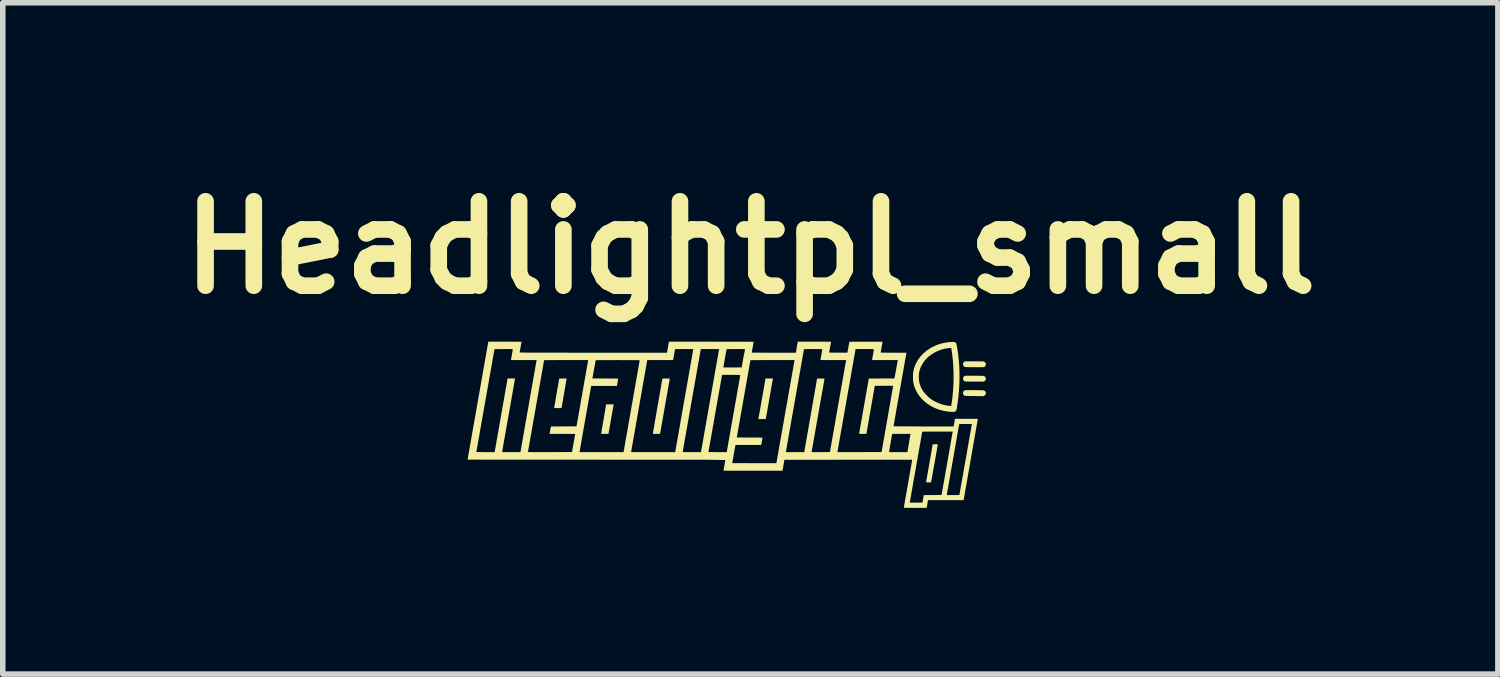
<source format=kicad_pcb>
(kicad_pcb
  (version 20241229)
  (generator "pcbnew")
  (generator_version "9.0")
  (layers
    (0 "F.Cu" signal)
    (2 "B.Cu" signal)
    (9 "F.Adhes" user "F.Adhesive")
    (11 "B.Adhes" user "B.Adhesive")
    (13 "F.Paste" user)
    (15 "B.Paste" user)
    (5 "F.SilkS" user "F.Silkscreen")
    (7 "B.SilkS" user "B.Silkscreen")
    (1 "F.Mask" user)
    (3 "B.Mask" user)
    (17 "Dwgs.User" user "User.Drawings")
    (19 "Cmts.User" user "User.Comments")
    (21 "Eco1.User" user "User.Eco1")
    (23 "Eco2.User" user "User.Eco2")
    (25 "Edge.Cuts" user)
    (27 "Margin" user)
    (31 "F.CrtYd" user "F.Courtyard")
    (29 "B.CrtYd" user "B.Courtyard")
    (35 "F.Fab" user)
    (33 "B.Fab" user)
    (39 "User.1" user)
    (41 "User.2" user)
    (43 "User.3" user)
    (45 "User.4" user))
  (footprint "Headlightpl_small"
    (layer "F.Cu")
    (at 10.494 4.318)
    (property "Reference" "Headlightpl_small" (at 0 -2.9 0) (layer "F.SilkS") (effects (font (size 1.524 1.524) (thickness 0.3))))
    (attr board_only exclude_from_pos_files exclude_from_bom)
    (fp_poly (pts (xy 3.384 0.658) (xy 3.326 0.987) (xy 3.266 1.324) (xy 3.263 1.34) (xy 3.217 1.34) (xy 3.208 1.34) (xy 3.2 1.34) (xy 3.192 1.339) (xy 3.185 1.339) (xy 3.179 1.339) (xy 3.175 1.339) (xy 3.174 1.339) (xy 3.173 1.338) (xy 3.172 1.338) (xy 3.172 1.338) (xy 3.172 1.338) (xy 3.292 0.655) (xy 3.292 0.655) (xy 3.292 0.654) (xy 3.293 0.654) (xy 3.294 0.654) (xy 3.295 0.653) (xy 3.296 0.653) (xy 3.298 0.653) (xy 3.303 0.652) (xy 3.309 0.652) (xy 3.318 0.652) (xy 3.327 0.651) (xy 3.339 0.651) (xy 3.385 0.651)) (stroke (width 0) (type solid)) (fill yes) (layer "F.SilkS"))
    (fp_poly (pts (xy 0.406 -0.523) (xy 0.342 -0.162) (xy 0.299 0.086) (xy 0.28 0.192) (xy 0.279 0.193) (xy 0.279 0.194) (xy 0.278 0.194) (xy 0.277 0.195) (xy 0.275 0.195) (xy 0.274 0.196) (xy 0.271 0.196) (xy 0.268 0.197) (xy 0.259 0.197) (xy 0.247 0.197) (xy 0.211 0.197) (xy 0.2 0.197) (xy 0.19 0.197) (xy 0.182 0.197) (xy 0.174 0.197) (xy 0.171 0.197) (xy 0.168 0.197) (xy 0.165 0.197) (xy 0.163 0.197) (xy 0.16 0.197) (xy 0.158 0.197) (xy 0.156 0.197) (xy 0.155 0.197) (xy 0.153 0.197) (xy 0.152 0.196) (xy 0.15 0.196) (xy 0.15 0.196) (xy 0.149 0.196) (xy 0.149 0.196) (xy 0.148 0.196) (xy 0.148 0.196) (xy 0.148 0.196) (xy 0.147 0.195) (xy 0.147 0.195) (xy 0.147 0.195) (xy 0.147 0.195) (xy 0.146 0.195) (xy 0.146 0.195) (xy 0.146 0.195) (xy 0.146 0.194) (xy 0.146 0.194) (xy 0.146 0.194) (xy 0.146 0.194) (xy 0.145 0.194) (xy 0.145 0.194) (xy 0.145 0.193) (xy 0.145 0.193) (xy 0.145 0.193) (xy 0.145 0.193) (xy 0.145 0.193) (xy 0.146 0.192) (xy 0.211 -0.174) (xy 0.274 -0.536) (xy 0.408 -0.536)) (stroke (width 0) (type solid)) (fill yes) (layer "F.SilkS"))
    (fp_poly (pts (xy -3.371 -0.536) (xy -3.361 -0.536) (xy -3.353 -0.535) (xy -3.346 -0.535) (xy -3.342 -0.535) (xy -3.339 -0.535) (xy -3.336 -0.535) (xy -3.334 -0.535) (xy -3.332 -0.535) (xy -3.329 -0.535) (xy -3.327 -0.535) (xy -3.326 -0.535) (xy -3.324 -0.535) (xy -3.323 -0.534) (xy -3.322 -0.534) (xy -3.321 -0.534) (xy -3.321 -0.534) (xy -3.32 -0.534) (xy -3.32 -0.534) (xy -3.319 -0.534) (xy -3.319 -0.534) (xy -3.318 -0.534) (xy -3.318 -0.534) (xy -3.318 -0.533) (xy -3.318 -0.533) (xy -3.317 -0.533) (xy -3.317 -0.533) (xy -3.317 -0.533) (xy -3.317 -0.533) (xy -3.317 -0.533) (xy -3.317 -0.532) (xy -3.317 -0.532) (xy -3.317 -0.532) (xy -3.317 -0.532) (xy -3.317 -0.532) (xy -3.316 -0.532) (xy -3.317 -0.531) (xy -3.317 -0.531) (xy -3.317 -0.531) (xy -3.317 -0.531) (xy -3.362 -0.266) (xy -3.394 -0.083) (xy -3.404 -0.026) (xy -3.408 -0.004) (xy -3.41 -0.004) (xy -3.415 -0.003) (xy -3.43 -0.002) (xy -3.451 -0.002) (xy -3.475 -0.001) (xy -3.499 -0.001) (xy -3.52 -0.002) (xy -3.535 -0.003) (xy -3.54 -0.003) (xy -3.541 -0.004) (xy -3.497 -0.263) (xy -3.449 -0.535) (xy -3.443 -0.535) (xy -3.429 -0.535) (xy -3.382 -0.536)) (stroke (width 0) (type solid)) (fill yes) (layer "F.SilkS"))
    (fp_poly (pts (xy -2.468 -0.063) (xy -2.514 0.197) (xy -2.545 0.379) (xy -2.56 0.458) (xy -2.56 0.46) (xy -2.561 0.461) (xy -2.562 0.462) (xy -2.563 0.462) (xy -2.564 0.463) (xy -2.566 0.463) (xy -2.569 0.464) (xy -2.577 0.464) (xy -2.589 0.464) (xy -2.626 0.464) (xy -2.637 0.464) (xy -2.647 0.464) (xy -2.655 0.464) (xy -2.663 0.464) (xy -2.666 0.464) (xy -2.669 0.464) (xy -2.672 0.464) (xy -2.674 0.464) (xy -2.677 0.464) (xy -2.679 0.464) (xy -2.68 0.464) (xy -2.682 0.464) (xy -2.684 0.464) (xy -2.685 0.463) (xy -2.686 0.463) (xy -2.687 0.463) (xy -2.687 0.463) (xy -2.688 0.463) (xy -2.688 0.463) (xy -2.689 0.463) (xy -2.689 0.463) (xy -2.689 0.462) (xy -2.69 0.462) (xy -2.69 0.462) (xy -2.69 0.462) (xy -2.69 0.462) (xy -2.691 0.462) (xy -2.691 0.462) (xy -2.691 0.461) (xy -2.691 0.461) (xy -2.691 0.461) (xy -2.691 0.461) (xy -2.691 0.461) (xy -2.691 0.46) (xy -2.692 0.46) (xy -2.692 0.46) (xy -2.692 0.46) (xy -2.692 0.459) (xy -2.692 0.459) (xy -2.679 0.379) (xy -2.647 0.194) (xy -2.616 0.01) (xy -2.603 -0.067) (xy -2.602 -0.067) (xy -2.601 -0.068) (xy -2.597 -0.068) (xy -2.591 -0.069) (xy -2.583 -0.069) (xy -2.561 -0.069) (xy -2.535 -0.07) (xy -2.466 -0.07)) (stroke (width 0) (type solid)) (fill yes) (layer "F.SilkS"))
    (fp_poly (pts (xy -1.511 -0.536) (xy -1.503 -0.535) (xy -1.495 -0.535) (xy -1.488 -0.535) (xy -1.482 -0.535) (xy -1.476 -0.535) (xy -1.471 -0.535) (xy -1.467 -0.535) (xy -1.464 -0.534) (xy -1.463 -0.534) (xy -1.461 -0.534) (xy -1.46 -0.534) (xy -1.459 -0.534) (xy -1.458 -0.534) (xy -1.457 -0.533) (xy -1.456 -0.533) (xy -1.456 -0.533) (xy -1.455 -0.533) (xy -1.455 -0.532) (xy -1.455 -0.532) (xy -1.455 -0.532) (xy -1.454 -0.532) (xy -1.454 -0.531) (xy -1.542 -0.032) (xy -1.629 0.464) (xy -1.631 0.464) (xy -1.635 0.464) (xy -1.649 0.464) (xy -1.695 0.464) (xy -1.705 0.464) (xy -1.714 0.464) (xy -1.722 0.464) (xy -1.729 0.464) (xy -1.735 0.464) (xy -1.74 0.464) (xy -1.743 0.464) (xy -1.745 0.464) (xy -1.747 0.464) (xy -1.749 0.464) (xy -1.75 0.464) (xy -1.752 0.463) (xy -1.753 0.463) (xy -1.754 0.463) (xy -1.755 0.463) (xy -1.756 0.463) (xy -1.757 0.462) (xy -1.758 0.462) (xy -1.758 0.462) (xy -1.759 0.462) (xy -1.759 0.462) (xy -1.759 0.461) (xy -1.759 0.461) (xy -1.76 0.461) (xy -1.76 0.461) (xy -1.76 0.461) (xy -1.76 0.461) (xy -1.76 0.46) (xy -1.76 0.46) (xy -1.76 0.46) (xy -1.674 -0.037) (xy -1.613 -0.386) (xy -1.588 -0.533) (xy -1.588 -0.533) (xy -1.588 -0.533) (xy -1.587 -0.533) (xy -1.583 -0.534) (xy -1.577 -0.534) (xy -1.569 -0.535) (xy -1.548 -0.535) (xy -1.521 -0.536)) (stroke (width 0) (type solid)) (fill yes) (layer "F.SilkS"))
    (fp_poly (pts (xy 4.046 -0.846) (xy 4.092 -0.846) (xy 4.129 -0.845) (xy 4.159 -0.845) (xy 4.181 -0.844) (xy 4.189 -0.844) (xy 4.197 -0.844) (xy 4.203 -0.843) (xy 4.208 -0.843) (xy 4.212 -0.842) (xy 4.215 -0.842) (xy 4.217 -0.841) (xy 4.219 -0.84) (xy 4.222 -0.839) (xy 4.225 -0.838) (xy 4.228 -0.836) (xy 4.23 -0.834) (xy 4.232 -0.832) (xy 4.235 -0.83) (xy 4.237 -0.828) (xy 4.239 -0.826) (xy 4.241 -0.823) (xy 4.242 -0.821) (xy 4.244 -0.818) (xy 4.245 -0.815) (xy 4.247 -0.813) (xy 4.248 -0.81) (xy 4.249 -0.807) (xy 4.25 -0.804) (xy 4.25 -0.801) (xy 4.251 -0.798) (xy 4.251 -0.795) (xy 4.251 -0.793) (xy 4.251 -0.79) (xy 4.251 -0.787) (xy 4.251 -0.784) (xy 4.25 -0.781) (xy 4.249 -0.778) (xy 4.248 -0.775) (xy 4.247 -0.772) (xy 4.246 -0.769) (xy 4.245 -0.767) (xy 4.243 -0.764) (xy 4.241 -0.762) (xy 4.239 -0.759) (xy 4.233 -0.752) (xy 4.23 -0.749) (xy 4.227 -0.747) (xy 4.223 -0.745) (xy 4.219 -0.743) (xy 4.213 -0.742) (xy 4.205 -0.741) (xy 4.183 -0.74) (xy 4.152 -0.74) (xy 4.047 -0.74) (xy 4.001 -0.74) (xy 3.964 -0.74) (xy 3.934 -0.741) (xy 3.912 -0.741) (xy 3.903 -0.742) (xy 3.895 -0.742) (xy 3.889 -0.742) (xy 3.884 -0.743) (xy 3.88 -0.743) (xy 3.876 -0.744) (xy 3.874 -0.744) (xy 3.872 -0.745) (xy 3.868 -0.747) (xy 3.864 -0.749) (xy 3.861 -0.751) (xy 3.857 -0.754) (xy 3.855 -0.757) (xy 3.852 -0.76) (xy 3.849 -0.763) (xy 3.847 -0.766) (xy 3.845 -0.769) (xy 3.844 -0.773) (xy 3.842 -0.776) (xy 3.841 -0.78) (xy 3.84 -0.784) (xy 3.84 -0.787) (xy 3.839 -0.791) (xy 3.839 -0.795) (xy 3.839 -0.799) (xy 3.84 -0.803) (xy 3.841 -0.806) (xy 3.842 -0.81) (xy 3.843 -0.814) (xy 3.844 -0.817) (xy 3.846 -0.821) (xy 3.848 -0.824) (xy 3.85 -0.827) (xy 3.853 -0.83) (xy 3.856 -0.833) (xy 3.859 -0.835) (xy 3.862 -0.838) (xy 3.866 -0.84) (xy 3.869 -0.842) (xy 3.873 -0.844) (xy 3.878 -0.845) (xy 3.887 -0.845) (xy 3.919 -0.846) (xy 3.971 -0.846)) (stroke (width 0) (type solid)) (fill yes) (layer "F.SilkS"))
    (fp_poly (pts (xy 4.049 -0.326) (xy 4.1 -0.325) (xy 4.14 -0.325) (xy 4.156 -0.325) (xy 4.169 -0.324) (xy 4.18 -0.324) (xy 4.189 -0.324) (xy 4.193 -0.323) (xy 4.197 -0.323) (xy 4.2 -0.323) (xy 4.203 -0.323) (xy 4.205 -0.323) (xy 4.208 -0.322) (xy 4.21 -0.322) (xy 4.212 -0.322) (xy 4.213 -0.321) (xy 4.215 -0.321) (xy 4.216 -0.321) (xy 4.217 -0.32) (xy 4.219 -0.32) (xy 4.22 -0.319) (xy 4.222 -0.318) (xy 4.226 -0.316) (xy 4.229 -0.314) (xy 4.232 -0.312) (xy 4.235 -0.309) (xy 4.238 -0.307) (xy 4.24 -0.304) (xy 4.242 -0.301) (xy 4.244 -0.298) (xy 4.246 -0.295) (xy 4.247 -0.292) (xy 4.249 -0.289) (xy 4.25 -0.285) (xy 4.25 -0.282) (xy 4.251 -0.279) (xy 4.251 -0.275) (xy 4.252 -0.272) (xy 4.251 -0.268) (xy 4.251 -0.265) (xy 4.25 -0.261) (xy 4.25 -0.258) (xy 4.249 -0.255) (xy 4.247 -0.251) (xy 4.246 -0.248) (xy 4.244 -0.245) (xy 4.242 -0.242) (xy 4.24 -0.239) (xy 4.238 -0.236) (xy 4.235 -0.234) (xy 4.232 -0.231) (xy 4.229 -0.229) (xy 4.226 -0.227) (xy 4.222 -0.225) (xy 4.209 -0.217) (xy 4.044 -0.219) (xy 3.991 -0.22) (xy 3.97 -0.22) (xy 3.951 -0.22) (xy 3.935 -0.22) (xy 3.921 -0.221) (xy 3.91 -0.221) (xy 3.901 -0.221) (xy 3.897 -0.222) (xy 3.893 -0.222) (xy 3.89 -0.222) (xy 3.887 -0.222) (xy 3.884 -0.223) (xy 3.882 -0.223) (xy 3.88 -0.223) (xy 3.878 -0.224) (xy 3.876 -0.224) (xy 3.875 -0.224) (xy 3.873 -0.225) (xy 3.872 -0.225) (xy 3.871 -0.226) (xy 3.87 -0.226) (xy 3.867 -0.227) (xy 3.864 -0.229) (xy 3.861 -0.231) (xy 3.859 -0.232) (xy 3.856 -0.235) (xy 3.854 -0.237) (xy 3.852 -0.239) (xy 3.85 -0.242) (xy 3.848 -0.244) (xy 3.846 -0.247) (xy 3.845 -0.25) (xy 3.843 -0.253) (xy 3.842 -0.256) (xy 3.841 -0.259) (xy 3.841 -0.262) (xy 3.84 -0.265) (xy 3.839 -0.268) (xy 3.839 -0.272) (xy 3.839 -0.275) (xy 3.839 -0.278) (xy 3.84 -0.281) (xy 3.84 -0.285) (xy 3.841 -0.288) (xy 3.842 -0.291) (xy 3.843 -0.294) (xy 3.844 -0.297) (xy 3.846 -0.3) (xy 3.847 -0.302) (xy 3.849 -0.305) (xy 3.851 -0.308) (xy 3.853 -0.31) (xy 3.856 -0.312) (xy 3.858 -0.314) (xy 3.859 -0.315) (xy 3.86 -0.316) (xy 3.862 -0.317) (xy 3.863 -0.317) (xy 3.864 -0.318) (xy 3.865 -0.319) (xy 3.868 -0.32) (xy 3.871 -0.321) (xy 3.873 -0.323) (xy 3.874 -0.323) (xy 3.876 -0.324) (xy 3.877 -0.324) (xy 3.878 -0.324) (xy 3.883 -0.325) (xy 3.894 -0.325) (xy 3.93 -0.326) (xy 3.983 -0.326)) (stroke (width 0) (type solid)) (fill yes) (layer "F.SilkS"))
    (fp_poly (pts (xy 4.094 -0.586) (xy 4.117 -0.586) (xy 4.137 -0.586) (xy 4.154 -0.585) (xy 4.169 -0.585) (xy 4.181 -0.585) (xy 4.187 -0.584) (xy 4.192 -0.584) (xy 4.196 -0.584) (xy 4.2 -0.583) (xy 4.204 -0.583) (xy 4.207 -0.583) (xy 4.211 -0.582) (xy 4.213 -0.582) (xy 4.216 -0.581) (xy 4.218 -0.58) (xy 4.22 -0.58) (xy 4.222 -0.579) (xy 4.224 -0.578) (xy 4.225 -0.577) (xy 4.227 -0.576) (xy 4.229 -0.575) (xy 4.232 -0.573) (xy 4.233 -0.572) (xy 4.235 -0.57) (xy 4.237 -0.568) (xy 4.239 -0.565) (xy 4.241 -0.563) (xy 4.243 -0.56) (xy 4.244 -0.558) (xy 4.246 -0.555) (xy 4.247 -0.552) (xy 4.248 -0.549) (xy 4.249 -0.546) (xy 4.25 -0.543) (xy 4.251 -0.54) (xy 4.251 -0.538) (xy 4.252 -0.535) (xy 4.252 -0.532) (xy 4.252 -0.53) (xy 4.251 -0.528) (xy 4.251 -0.526) (xy 4.251 -0.524) (xy 4.25 -0.522) (xy 4.25 -0.519) (xy 4.249 -0.517) (xy 4.248 -0.515) (xy 4.247 -0.513) (xy 4.247 -0.511) (xy 4.245 -0.509) (xy 4.244 -0.507) (xy 4.243 -0.505) (xy 4.242 -0.503) (xy 4.241 -0.501) (xy 4.239 -0.499) (xy 4.238 -0.498) (xy 4.237 -0.496) (xy 4.235 -0.494) (xy 4.233 -0.493) (xy 4.232 -0.491) (xy 4.23 -0.49) (xy 4.229 -0.488) (xy 4.227 -0.487) (xy 4.225 -0.486) (xy 4.223 -0.485) (xy 4.222 -0.484) (xy 4.22 -0.483) (xy 4.218 -0.482) (xy 4.216 -0.482) (xy 4.214 -0.481) (xy 4.212 -0.481) (xy 4.196 -0.48) (xy 4.158 -0.48) (xy 4.105 -0.479) (xy 4.041 -0.48) (xy 3.991 -0.48) (xy 3.952 -0.48) (xy 3.936 -0.481) (xy 3.923 -0.481) (xy 3.911 -0.481) (xy 3.902 -0.481) (xy 3.894 -0.482) (xy 3.888 -0.482) (xy 3.885 -0.482) (xy 3.882 -0.483) (xy 3.88 -0.483) (xy 3.878 -0.483) (xy 3.877 -0.483) (xy 3.875 -0.484) (xy 3.874 -0.484) (xy 3.872 -0.484) (xy 3.871 -0.485) (xy 3.87 -0.485) (xy 3.868 -0.486) (xy 3.865 -0.488) (xy 3.862 -0.49) (xy 3.859 -0.492) (xy 3.856 -0.494) (xy 3.854 -0.496) (xy 3.852 -0.498) (xy 3.85 -0.501) (xy 3.848 -0.503) (xy 3.846 -0.506) (xy 3.845 -0.509) (xy 3.844 -0.512) (xy 3.842 -0.515) (xy 3.842 -0.519) (xy 3.841 -0.522) (xy 3.84 -0.526) (xy 3.84 -0.53) (xy 3.84 -0.532) (xy 3.84 -0.534) (xy 3.84 -0.536) (xy 3.84 -0.537) (xy 3.84 -0.539) (xy 3.84 -0.541) (xy 3.84 -0.543) (xy 3.841 -0.545) (xy 3.841 -0.547) (xy 3.841 -0.548) (xy 3.842 -0.55) (xy 3.842 -0.552) (xy 3.843 -0.554) (xy 3.844 -0.555) (xy 3.844 -0.557) (xy 3.845 -0.558) (xy 3.846 -0.56) (xy 3.847 -0.561) (xy 3.848 -0.563) (xy 3.848 -0.564) (xy 3.85 -0.566) (xy 3.851 -0.567) (xy 3.852 -0.568) (xy 3.853 -0.57) (xy 3.854 -0.571) (xy 3.856 -0.572) (xy 3.857 -0.573) (xy 3.858 -0.575) (xy 3.86 -0.576) (xy 3.861 -0.577) (xy 3.863 -0.578) (xy 3.865 -0.579) (xy 3.876 -0.586) (xy 4.038 -0.586)) (stroke (width 0) (type solid)) (fill yes) (layer "F.SilkS"))
    (fp_poly (pts (xy 3.662 -1.196) (xy 3.666 -1.196) (xy 3.669 -1.196) (xy 3.673 -1.196) (xy 3.676 -1.195) (xy 3.678 -1.195) (xy 3.681 -1.195) (xy 3.683 -1.194) (xy 3.685 -1.194) (xy 3.687 -1.193) (xy 3.689 -1.193) (xy 3.691 -1.192) (xy 3.692 -1.191) (xy 3.694 -1.191) (xy 3.696 -1.189) (xy 3.698 -1.188) (xy 3.7 -1.187) (xy 3.701 -1.186) (xy 3.703 -1.185) (xy 3.704 -1.184) (xy 3.705 -1.183) (xy 3.707 -1.182) (xy 3.708 -1.18) (xy 3.709 -1.179) (xy 3.71 -1.178) (xy 3.711 -1.177) (xy 3.713 -1.175) (xy 3.714 -1.174) (xy 3.714 -1.172) (xy 3.715 -1.171) (xy 3.716 -1.17) (xy 3.717 -1.168) (xy 3.718 -1.167) (xy 3.719 -1.163) (xy 3.721 -1.157) (xy 3.722 -1.149) (xy 3.725 -1.14) (xy 3.729 -1.117) (xy 3.734 -1.092) (xy 3.75 -0.983) (xy 3.762 -0.874) (xy 3.771 -0.764) (xy 3.775 -0.653) (xy 3.776 -0.541) (xy 3.773 -0.429) (xy 3.766 -0.316) (xy 3.756 -0.203) (xy 3.752 -0.169) (xy 3.747 -0.133) (xy 3.742 -0.096) (xy 3.737 -0.061) (xy 3.732 -0.028) (xy 3.727 -0.001) (xy 3.723 0.021) (xy 3.72 0.033) (xy 3.72 0.034) (xy 3.72 0.035) (xy 3.719 0.037) (xy 3.717 0.039) (xy 3.716 0.042) (xy 3.714 0.044) (xy 3.712 0.046) (xy 3.71 0.049) (xy 3.708 0.051) (xy 3.706 0.053) (xy 3.704 0.055) (xy 3.702 0.057) (xy 3.699 0.059) (xy 3.697 0.06) (xy 3.695 0.062) (xy 3.692 0.063) (xy 3.69 0.064) (xy 3.687 0.064) (xy 3.683 0.065) (xy 3.679 0.066) (xy 3.673 0.066) (xy 3.66 0.067) (xy 3.644 0.067) (xy 3.627 0.066) (xy 3.61 0.065) (xy 3.592 0.064) (xy 3.575 0.062) (xy 3.545 0.058) (xy 3.515 0.053) (xy 3.486 0.047) (xy 3.457 0.04) (xy 3.429 0.033) (xy 3.401 0.024) (xy 3.374 0.014) (xy 3.347 0.004) (xy 3.321 -0.008) (xy 3.296 -0.02) (xy 3.271 -0.033) (xy 3.247 -0.047) (xy 3.224 -0.062) (xy 3.201 -0.077) (xy 3.179 -0.093) (xy 3.158 -0.11) (xy 3.138 -0.127) (xy 3.118 -0.146) (xy 3.1 -0.164) (xy 3.082 -0.184) (xy 3.065 -0.204) (xy 3.049 -0.225) (xy 3.034 -0.246) (xy 3.019 -0.268) (xy 3.006 -0.29) (xy 2.994 -0.313) (xy 2.983 -0.337) (xy 2.973 -0.361) (xy 2.963 -0.385) (xy 2.955 -0.41) (xy 2.948 -0.436) (xy 2.943 -0.462) (xy 2.941 -0.472) (xy 2.939 -0.482) (xy 2.938 -0.491) (xy 2.937 -0.502) (xy 2.936 -0.513) (xy 2.936 -0.527) (xy 2.936 -0.544) (xy 2.936 -0.563) (xy 3.041 -0.563) (xy 3.041 -0.541) (xy 3.042 -0.522) (xy 3.043 -0.513) (xy 3.044 -0.505) (xy 3.046 -0.491) (xy 3.049 -0.477) (xy 3.052 -0.463) (xy 3.055 -0.449) (xy 3.059 -0.435) (xy 3.064 -0.421) (xy 3.069 -0.407) (xy 3.074 -0.393) (xy 3.08 -0.38) (xy 3.086 -0.366) (xy 3.093 -0.353) (xy 3.1 -0.34) (xy 3.108 -0.327) (xy 3.116 -0.314) (xy 3.124 -0.301) (xy 3.133 -0.289) (xy 3.138 -0.282) (xy 3.144 -0.275) (xy 3.151 -0.267) (xy 3.158 -0.259) (xy 3.174 -0.242) (xy 3.192 -0.224) (xy 3.21 -0.207) (xy 3.227 -0.192) (xy 3.236 -0.184) (xy 3.244 -0.178) (xy 3.251 -0.172) (xy 3.258 -0.167) (xy 3.276 -0.154) (xy 3.295 -0.142) (xy 3.314 -0.131) (xy 3.334 -0.12) (xy 3.354 -0.11) (xy 3.374 -0.101) (xy 3.394 -0.092) (xy 3.415 -0.084) (xy 3.436 -0.077) (xy 3.458 -0.07) (xy 3.479 -0.063) (xy 3.501 -0.058) (xy 3.524 -0.053) (xy 3.546 -0.049) (xy 3.568 -0.045) (xy 3.591 -0.043) (xy 3.596 -0.042) (xy 3.6 -0.042) (xy 3.603 -0.042) (xy 3.607 -0.041) (xy 3.61 -0.041) (xy 3.612 -0.041) (xy 3.615 -0.041) (xy 3.617 -0.041) (xy 3.619 -0.041) (xy 3.62 -0.041) (xy 3.621 -0.041) (xy 3.622 -0.041) (xy 3.622 -0.041) (xy 3.623 -0.041) (xy 3.623 -0.042) (xy 3.624 -0.042) (xy 3.624 -0.042) (xy 3.625 -0.042) (xy 3.625 -0.042) (xy 3.625 -0.042) (xy 3.625 -0.043) (xy 3.626 -0.043) (xy 3.627 -0.049) (xy 3.63 -0.064) (xy 3.637 -0.111) (xy 3.645 -0.169) (xy 3.651 -0.221) (xy 3.66 -0.327) (xy 3.667 -0.434) (xy 3.669 -0.542) (xy 3.668 -0.65) (xy 3.664 -0.757) (xy 3.656 -0.863) (xy 3.645 -0.965) (xy 3.63 -1.065) (xy 3.627 -1.086) (xy 3.611 -1.087) (xy 3.602 -1.086) (xy 3.59 -1.085) (xy 3.576 -1.084) (xy 3.561 -1.082) (xy 3.544 -1.079) (xy 3.528 -1.076) (xy 3.512 -1.073) (xy 3.497 -1.07) (xy 3.473 -1.064) (xy 3.449 -1.057) (xy 3.426 -1.048) (xy 3.402 -1.04) (xy 3.379 -1.03) (xy 3.356 -1.019) (xy 3.334 -1.008) (xy 3.312 -0.996) (xy 3.291 -0.983) (xy 3.27 -0.969) (xy 3.25 -0.955) (xy 3.231 -0.941) (xy 3.213 -0.926) (xy 3.196 -0.911) (xy 3.18 -0.895) (xy 3.165 -0.879) (xy 3.155 -0.866) (xy 3.145 -0.854) (xy 3.135 -0.841) (xy 3.126 -0.828) (xy 3.117 -0.815) (xy 3.109 -0.802) (xy 3.101 -0.789) (xy 3.093 -0.775) (xy 3.086 -0.762) (xy 3.08 -0.748) (xy 3.074 -0.734) (xy 3.068 -0.72) (xy 3.063 -0.706) (xy 3.059 -0.692) (xy 3.055 -0.677) (xy 3.051 -0.663) (xy 3.049 -0.655) (xy 3.048 -0.647) (xy 3.045 -0.628) (xy 3.043 -0.607) (xy 3.042 -0.585) (xy 3.041 -0.563) (xy 2.936 -0.563) (xy 2.936 -0.565) (xy 2.936 -0.587) (xy 2.936 -0.604) (xy 2.937 -0.618) (xy 2.937 -0.624) (xy 2.937 -0.63) (xy 2.938 -0.635) (xy 2.938 -0.64) (xy 2.939 -0.645) (xy 2.94 -0.65) (xy 2.941 -0.66) (xy 2.944 -0.672) (xy 2.949 -0.694) (xy 2.955 -0.716) (xy 2.962 -0.738) (xy 2.969 -0.759) (xy 2.977 -0.779) (xy 2.986 -0.8) (xy 2.996 -0.819) (xy 3.007 -0.839) (xy 3.018 -0.858) (xy 3.03 -0.877) (xy 3.043 -0.895) (xy 3.057 -0.914) (xy 3.071 -0.932) (xy 3.087 -0.949) (xy 3.103 -0.967) (xy 3.12 -0.984) (xy 3.144 -1.006) (xy 3.169 -1.027) (xy 3.195 -1.047) (xy 3.222 -1.065) (xy 3.249 -1.083) (xy 3.278 -1.099) (xy 3.308 -1.114) (xy 3.338 -1.128) (xy 3.369 -1.141) (xy 3.401 -1.152) (xy 3.433 -1.163) (xy 3.466 -1.172) (xy 3.5 -1.179) (xy 3.534 -1.185) (xy 3.569 -1.19) (xy 3.604 -1.194) (xy 3.604 -1.194) (xy 3.604 -1.194) (xy 3.611 -1.194) (xy 3.618 -1.195) (xy 3.634 -1.196) (xy 3.649 -1.196) (xy 3.656 -1.196)) (stroke (width 0) (type solid)) (fill yes) (layer "F.SilkS"))
    (fp_poly (pts (xy -4.3 -1.2) (xy -4.206 -1.199) (xy -4.173 -1.199) (xy -4.15 -1.199) (xy -4.136 -1.198) (xy -4.132 -1.198) (xy -4.131 -1.197) (xy -4.132 -1.189) (xy -4.136 -1.168) (xy -4.147 -1.102) (xy -4.154 -1.066) (xy -4.159 -1.036) (xy -4.162 -1.015) (xy -4.163 -1.009) (xy -4.164 -1.006) (xy -4.122 -1.004) (xy -3.941 -1.002) (xy -2.834 -1.001) (xy -1.505 -1.001) (xy -1.503 -1.008) (xy -1.487 -1.101) (xy -1.471 -1.194) (xy -1.469 -1.2) (xy -0.705 -1.2) (xy -0.148 -1.199) (xy 0.005 -1.199) (xy 0.059 -1.198) (xy 0.054 -1.168) (xy 0.043 -1.102) (xy 0.031 -1.035) (xy 0.028 -1.014) (xy 0.027 -1.008) (xy 0.026 -1.005) (xy 0.03 -1.004) (xy 0.042 -1.003) (xy 0.102 -1.002) (xy 0.424 -1.001) (xy 0.822 -1.001) (xy 0.823 -1.008) (xy 0.825 -1.018) (xy 0.829 -1.038) (xy 0.839 -1.101) (xy 0.85 -1.164) (xy 0.854 -1.184) (xy 0.856 -1.194) (xy 0.857 -1.2) (xy 1.157 -1.2) (xy 1.273 -1.2) (xy 1.369 -1.2) (xy 1.433 -1.199) (xy 1.45 -1.198) (xy 1.457 -1.198) (xy 1.452 -1.168) (xy 1.439 -1.099) (xy 1.422 -1.003) (xy 1.587 -1.002) (xy 1.703 -1.002) (xy 1.739 -1.002) (xy 1.749 -1.002) (xy 1.752 -1.002) (xy 1.754 -1.01) (xy 1.758 -1.031) (xy 1.77 -1.1) (xy 1.777 -1.137) (xy 1.782 -1.168) (xy 1.787 -1.189) (xy 1.788 -1.196) (xy 1.788 -1.197) (xy 1.789 -1.198) (xy 1.813 -1.199) (xy 1.878 -1.199) (xy 2.089 -1.2) (xy 2.387 -1.199) (xy 2.37 -1.102) (xy 2.353 -1.004) (xy 2.357 -1.003) (xy 2.371 -1.003) (xy 2.421 -1.002) (xy 2.586 -1.001) (xy 2.819 -1.001) (xy 2.817 -0.995) (xy 2.585 0.327) (xy 3.128 0.33) (xy 3.67 0.33) (xy 3.671 0.324) (xy 3.674 0.309) (xy 3.682 0.261) (xy 3.687 0.235) (xy 3.69 0.214) (xy 3.693 0.199) (xy 3.694 0.193) (xy 3.71 0.192) (xy 3.754 0.192) (xy 3.9 0.192) (xy 3.965 0.192) (xy 3.991 0.192) (xy 4.014 0.192) (xy 4.034 0.192) (xy 4.051 0.192) (xy 4.065 0.192) (xy 4.071 0.192) (xy 4.076 0.192) (xy 4.081 0.192) (xy 4.085 0.193) (xy 4.089 0.193) (xy 4.092 0.193) (xy 4.095 0.193) (xy 4.098 0.193) (xy 4.1 0.194) (xy 4.101 0.194) (xy 4.103 0.194) (xy 4.104 0.194) (xy 4.104 0.194) (xy 4.105 0.195) (xy 4.105 0.195) (xy 4.105 0.195) (xy 4.106 0.195) (xy 4.106 0.195) (xy 4.106 0.196) (xy 4.106 0.196) (xy 4.106 0.196) (xy 4.106 0.196) (xy 4.106 0.197) (xy 3.978 0.931) (xy 3.85 1.66) (xy 3.208 1.66) (xy 3.206 1.669) (xy 3.194 1.737) (xy 3.187 1.778) (xy 3.184 1.798) (xy 3.166 1.799) (xy 3.119 1.799) (xy 2.977 1.8) (xy 2.835 1.799) (xy 2.788 1.798) (xy 2.77 1.797) (xy 2.786 1.705) (xy 2.878 1.705) (xy 3.106 1.705) (xy 3.108 1.698) (xy 3.112 1.675) (xy 3.12 1.632) (xy 3.127 1.59) (xy 3.13 1.57) (xy 3.133 1.57) (xy 3.143 1.57) (xy 3.177 1.569) (xy 3.214 1.568) (xy 3.545 1.568) (xy 3.773 1.568) (xy 3.775 1.56) (xy 3.887 0.927) (xy 3.998 0.294) (xy 3.998 0.294) (xy 4 0.286) (xy 3.771 0.286) (xy 3.768 0.302) (xy 3.761 0.343) (xy 3.747 0.421) (xy 3.547 1.56) (xy 3.545 1.568) (xy 3.214 1.568) (xy 3.229 1.568) (xy 3.291 1.568) (xy 3.452 1.567) (xy 3.551 1.008) (xy 3.651 0.435) (xy 3.653 0.423) (xy 3.378 0.423) (xy 3.272 0.423) (xy 3.184 0.423) (xy 3.125 0.424) (xy 3.109 0.424) (xy 3.103 0.425) (xy 2.879 1.698) (xy 2.878 1.705) (xy 2.786 1.705) (xy 2.921 0.938) (xy 2.922 0.93) (xy 1.769 0.931) (xy 0.615 0.932) (xy 0.603 1.003) (xy 0.593 1.061) (xy 0.585 1.102) (xy 0.581 1.129) (xy 0.048 1.129) (xy -0.328 1.129) (xy -0.442 1.128) (xy -0.473 1.127) (xy -0.484 1.127) (xy -0.479 1.098) (xy -0.468 1.033) (xy -0.461 0.997) (xy -0.461 0.992) (xy -0.327 0.992) (xy -0.21 0.992) (xy 0.072 0.993) (xy 0.471 0.993) (xy 0.474 0.972) (xy 0.506 0.789) (xy 0.642 0.789) (xy 0.642 0.79) (xy 0.643 0.791) (xy 0.645 0.792) (xy 0.652 0.792) (xy 0.665 0.793) (xy 0.714 0.794) (xy 0.806 0.794) (xy 0.973 0.794) (xy 1.572 0.794) (xy 1.97 0.793) (xy 2.368 0.792) (xy 2.369 0.791) (xy 2.504 0.791) (xy 2.507 0.792) (xy 2.515 0.792) (xy 2.548 0.793) (xy 2.6 0.794) (xy 2.67 0.794) (xy 2.835 0.794) (xy 2.854 0.685) (xy 2.882 0.52) (xy 2.892 0.464) (xy 2.561 0.464) (xy 2.559 0.473) (xy 2.53 0.637) (xy 2.504 0.791) (xy 2.369 0.791) (xy 2.407 0.577) (xy 2.578 -0.401) (xy 2.578 -0.401) (xy 2.577 -0.402) (xy 2.572 -0.403) (xy 2.563 -0.404) (xy 2.548 -0.404) (xy 2.498 -0.405) (xy 2.413 -0.404) (xy 2.247 -0.404) (xy 2.171 0.03) (xy 2.095 0.464) (xy 2.093 0.464) (xy 2.09 0.464) (xy 2.075 0.464) (xy 2.029 0.464) (xy 2.019 0.464) (xy 2.009 0.464) (xy 2.001 0.464) (xy 1.994 0.464) (xy 1.991 0.464) (xy 1.988 0.464) (xy 1.985 0.464) (xy 1.982 0.464) (xy 1.98 0.464) (xy 1.978 0.464) (xy 1.976 0.464) (xy 1.974 0.464) (xy 1.973 0.463) (xy 1.971 0.463) (xy 1.97 0.463) (xy 1.969 0.463) (xy 1.968 0.463) (xy 1.967 0.463) (xy 1.967 0.463) (xy 1.967 0.462) (xy 1.966 0.462) (xy 1.966 0.462) (xy 1.966 0.462) (xy 1.965 0.462) (xy 1.965 0.462) (xy 1.965 0.462) (xy 1.965 0.462) (xy 1.965 0.461) (xy 1.965 0.461) (xy 1.964 0.461) (xy 1.964 0.461) (xy 1.964 0.461) (xy 1.964 0.461) (xy 1.964 0.46) (xy 1.964 0.46) (xy 1.964 0.46) (xy 1.964 0.46) (xy 1.964 0.459) (xy 2.138 -0.531) (xy 2.138 -0.531) (xy 2.139 -0.532) (xy 2.144 -0.533) (xy 2.155 -0.534) (xy 2.173 -0.535) (xy 2.243 -0.535) (xy 2.37 -0.536) (xy 2.601 -0.536) (xy 2.603 -0.544) (xy 2.632 -0.702) (xy 2.66 -0.86) (xy 2.662 -0.868) (xy 2.43 -0.868) (xy 2.362 -0.868) (xy 2.308 -0.868) (xy 2.267 -0.868) (xy 2.251 -0.868) (xy 2.238 -0.869) (xy 2.227 -0.869) (xy 2.218 -0.869) (xy 2.211 -0.87) (xy 2.206 -0.87) (xy 2.204 -0.87) (xy 2.202 -0.87) (xy 2.201 -0.871) (xy 2.2 -0.871) (xy 2.199 -0.871) (xy 2.199 -0.872) (xy 2.198 -0.872) (xy 2.198 -0.872) (xy 2.2 -0.881) (xy 2.203 -0.902) (xy 2.215 -0.969) (xy 2.226 -1.034) (xy 2.23 -1.055) (xy 2.231 -1.061) (xy 2.231 -1.064) (xy 2.231 -1.064) (xy 2.23 -1.064) (xy 2.228 -1.064) (xy 2.22 -1.065) (xy 2.189 -1.066) (xy 2.137 -1.067) (xy 2.065 -1.067) (xy 1.9 -1.067) (xy 1.737 -0.143) (xy 1.573 0.787) (xy 1.572 0.794) (xy 0.973 0.794) (xy 0.976 0.778) (xy 1.092 0.114) (xy 1.205 -0.535) (xy 1.207 -0.535) (xy 1.211 -0.535) (xy 1.226 -0.535) (xy 1.273 -0.535) (xy 1.34 -0.534) (xy 1.223 0.128) (xy 1.106 0.792) (xy 1.11 0.792) (xy 1.119 0.793) (xy 1.155 0.793) (xy 1.208 0.793) (xy 1.272 0.793) (xy 1.437 0.792) (xy 1.581 -0.028) (xy 1.728 -0.858) (xy 1.729 -0.868) (xy 1.498 -0.868) (xy 1.397 -0.868) (xy 1.325 -0.869) (xy 1.3 -0.869) (xy 1.281 -0.869) (xy 1.27 -0.87) (xy 1.268 -0.87) (xy 1.267 -0.871) (xy 1.267 -0.871) (xy 1.268 -0.879) (xy 1.271 -0.9) (xy 1.283 -0.966) (xy 1.289 -1.002) (xy 1.294 -1.032) (xy 1.298 -1.053) (xy 1.299 -1.059) (xy 1.299 -1.062) (xy 1.299 -1.063) (xy 1.298 -1.063) (xy 1.294 -1.065) (xy 1.285 -1.065) (xy 1.271 -1.066) (xy 1.221 -1.067) (xy 1.135 -1.067) (xy 1.09 -1.067) (xy 1.054 -1.067) (xy 1.025 -1.066) (xy 1.003 -1.066) (xy 0.995 -1.066) (xy 0.987 -1.065) (xy 0.981 -1.065) (xy 0.977 -1.065) (xy 0.973 -1.064) (xy 0.971 -1.064) (xy 0.97 -1.064) (xy 0.969 -1.064) (xy 0.969 -1.063) (xy 0.968 -1.063) (xy 0.805 -0.138) (xy 0.642 0.789) (xy 0.642 0.789) (xy 0.506 0.789) (xy 0.797 -0.86) (xy 0.797 -0.86) (xy 0.798 -0.868) (xy 0.4 -0.868) (xy 0.205 -0.868) (xy 0.135 -0.867) (xy 0.083 -0.867) (xy 0.045 -0.867) (xy 0.02 -0.866) (xy 0.011 -0.866) (xy 0.006 -0.865) (xy 0.002 -0.865) (xy 0.001 -0.865) (xy 0.001 -0.864) (xy -0.244 0.528) (xy -0.225 0.529) (xy -0.176 0.529) (xy -0.012 0.53) (xy 0.05 0.53) (xy 0.101 0.53) (xy 0.141 0.53) (xy 0.172 0.531) (xy 0.194 0.531) (xy 0.202 0.531) (xy 0.209 0.532) (xy 0.214 0.532) (xy 0.217 0.532) (xy 0.219 0.533) (xy 0.219 0.533) (xy 0.219 0.533) (xy 0.218 0.54) (xy 0.216 0.555) (xy 0.213 0.575) (xy 0.208 0.6) (xy 0.197 0.663) (xy -0.267 0.663) (xy -0.269 0.67) (xy -0.277 0.712) (xy -0.293 0.803) (xy -0.321 0.96) (xy -0.327 0.992) (xy -0.461 0.992) (xy -0.456 0.966) (xy -0.453 0.945) (xy -0.452 0.939) (xy -0.451 0.936) (xy -0.78 0.931) (xy -2.778 0.93) (xy -4.478 0.93) (xy -5.104 0.928) (xy -5.08 0.792) (xy -4.946 0.792) (xy -4.781 0.793) (xy -4.717 0.793) (xy -4.664 0.793) (xy -4.628 0.793) (xy -4.619 0.793) (xy -4.616 0.793) (xy -4.615 0.792) (xy -4.384 -0.523) (xy -4.383 -0.536) (xy -4.247 -0.536) (xy -4.248 -0.529) (xy -4.364 0.129) (xy -4.48 0.787) (xy -4.482 0.794) (xy -4.15 0.794) (xy -3.084 0.794) (xy -2.288 0.794) (xy -2.287 0.79) (xy -2.152 0.79) (xy -2.148 0.791) (xy -2.137 0.792) (xy -2.08 0.793) (xy -1.754 0.794) (xy -1.357 0.794) (xy -1.356 0.789) (xy -1.22 0.789) (xy -1.22 0.79) (xy -1.219 0.791) (xy -1.215 0.792) (xy -1.207 0.792) (xy -1.193 0.793) (xy -1.144 0.794) (xy -1.055 0.794) (xy -0.991 0.794) (xy -0.939 0.793) (xy -0.904 0.793) (xy -0.894 0.793) (xy -0.891 0.793) (xy -0.891 0.792) (xy -0.756 0.792) (xy -0.591 0.793) (xy -0.475 0.794) (xy -0.439 0.793) (xy -0.426 0.793) (xy -0.181 -0.597) (xy -0.182 -0.598) (xy -0.183 -0.598) (xy -0.189 -0.599) (xy -0.2 -0.599) (xy -0.216 -0.6) (xy -0.266 -0.601) (xy -0.346 -0.601) (xy -0.51 -0.601) (xy -0.515 -0.574) (xy -0.638 0.123) (xy -0.756 0.792) (xy -0.891 0.792) (xy -0.891 0.792) (xy -0.87 0.675) (xy -0.708 -0.245) (xy -0.622 -0.736) (xy -0.487 -0.736) (xy -0.484 -0.736) (xy -0.474 -0.736) (xy -0.438 -0.735) (xy -0.322 -0.735) (xy -0.156 -0.736) (xy -0.133 -0.868) (xy -0.124 -0.919) (xy -0.116 -0.961) (xy -0.11 -0.99) (xy -0.108 -0.998) (xy -0.108 -1) (xy -0.108 -1.001) (xy -0.107 -1.002) (xy -0.106 -1.004) (xy -0.105 -1.01) (xy -0.103 -1.019) (xy -0.101 -1.029) (xy -0.099 -1.039) (xy -0.097 -1.049) (xy -0.096 -1.057) (xy -0.095 -1.06) (xy -0.095 -1.062) (xy -0.096 -1.063) (xy -0.096 -1.063) (xy -0.1 -1.064) (xy -0.108 -1.065) (xy -0.122 -1.066) (xy -0.172 -1.067) (xy -0.261 -1.067) (xy -0.306 -1.067) (xy -0.343 -1.067) (xy -0.372 -1.066) (xy -0.394 -1.066) (xy -0.403 -1.066) (xy -0.41 -1.065) (xy -0.416 -1.065) (xy -0.421 -1.065) (xy -0.424 -1.064) (xy -0.427 -1.064) (xy -0.428 -1.064) (xy -0.429 -1.063) (xy -0.429 -1.063) (xy -0.459 -0.899) (xy -0.487 -0.736) (xy -0.622 -0.736) (xy -0.565 -1.057) (xy -0.564 -1.067) (xy -0.894 -1.067) (xy -0.895 -1.06) (xy -1.03 -0.294) (xy -1.192 0.625) (xy -1.212 0.739) (xy -1.218 0.775) (xy -1.22 0.789) (xy -1.356 0.789) (xy -1.355 0.786) (xy -1.193 -0.135) (xy -1.031 -1.057) (xy -1.031 -1.057) (xy -1.029 -1.067) (xy -1.359 -1.067) (xy -1.364 -1.039) (xy -1.381 -0.94) (xy -1.394 -0.869) (xy -1.627 -0.868) (xy -1.86 -0.868) (xy -1.862 -0.86) (xy -2.152 0.79) (xy -2.287 0.79) (xy -2.287 0.787) (xy -1.997 -0.862) (xy -1.999 -0.864) (xy -2.005 -0.865) (xy -2.02 -0.866) (xy -2.05 -0.867) (xy -2.393 -0.868) (xy -2.673 -0.867) (xy -2.759 -0.867) (xy -2.782 -0.866) (xy -2.791 -0.866) (xy -2.793 -0.855) (xy -2.798 -0.829) (xy -2.813 -0.745) (xy -2.831 -0.648) (xy -2.843 -0.581) (xy -2.851 -0.536) (xy -2.618 -0.536) (xy -2.556 -0.535) (xy -2.505 -0.535) (xy -2.464 -0.535) (xy -2.433 -0.535) (xy -2.411 -0.534) (xy -2.403 -0.534) (xy -2.397 -0.534) (xy -2.392 -0.533) (xy -2.389 -0.533) (xy -2.387 -0.532) (xy -2.386 -0.532) (xy -2.386 -0.532) (xy -2.387 -0.525) (xy -2.389 -0.511) (xy -2.393 -0.49) (xy -2.397 -0.465) (xy -2.408 -0.402) (xy -2.873 -0.402) (xy -2.874 -0.395) (xy -2.978 0.194) (xy -3.082 0.786) (xy -3.084 0.794) (xy -4.15 0.794) (xy -4.149 0.789) (xy -4.014 0.789) (xy -4.014 0.79) (xy -4.013 0.79) (xy -4.006 0.792) (xy -3.958 0.793) (xy -3.617 0.793) (xy -3.218 0.792) (xy -3.19 0.629) (xy -3.169 0.514) (xy -3.163 0.478) (xy -3.161 0.465) (xy -3.229 0.465) (xy -3.392 0.464) (xy -3.623 0.464) (xy -3.623 0.458) (xy -3.623 0.455) (xy -3.622 0.45) (xy -3.619 0.435) (xy -3.611 0.39) (xy -3.598 0.33) (xy -3.368 0.329) (xy -3.137 0.328) (xy -3.136 0.32) (xy -3.032 -0.271) (xy -2.928 -0.861) (xy -2.926 -0.868) (xy -3.324 -0.868) (xy -3.519 -0.868) (xy -3.589 -0.867) (xy -3.641 -0.867) (xy -3.679 -0.867) (xy -3.704 -0.866) (xy -3.713 -0.866) (xy -3.718 -0.865) (xy -3.722 -0.865) (xy -3.723 -0.865) (xy -3.723 -0.864) (xy -3.868 -0.039) (xy -4.014 0.789) (xy -4.149 0.789) (xy -4.005 -0.03) (xy -3.859 -0.861) (xy -3.857 -0.868) (xy -4.089 -0.868) (xy -4.179 -0.868) (xy -4.253 -0.868) (xy -4.302 -0.869) (xy -4.316 -0.869) (xy -4.321 -0.869) (xy -4.304 -0.964) (xy -4.287 -1.062) (xy -4.287 -1.062) (xy -4.287 -1.063) (xy -4.288 -1.064) (xy -4.29 -1.064) (xy -4.297 -1.065) (xy -4.31 -1.066) (xy -4.36 -1.067) (xy -4.452 -1.067) (xy -4.569 -1.066) (xy -4.605 -1.066) (xy -4.618 -1.066) (xy -4.782 -0.136) (xy -4.946 0.792) (xy -5.08 0.792) (xy -4.731 -1.192) (xy -4.731 -1.192) (xy -4.73 -1.2) (xy -4.43 -1.2)) (stroke (width 0) (type solid)) (fill yes) (layer "F.SilkS")))
  (gr_rect
    (start -3 -3)
    (end 23.988 9.118)
    (stroke (width 0.1) (type default))
    (fill no)
    (layer "Edge.Cuts")))
</source>
